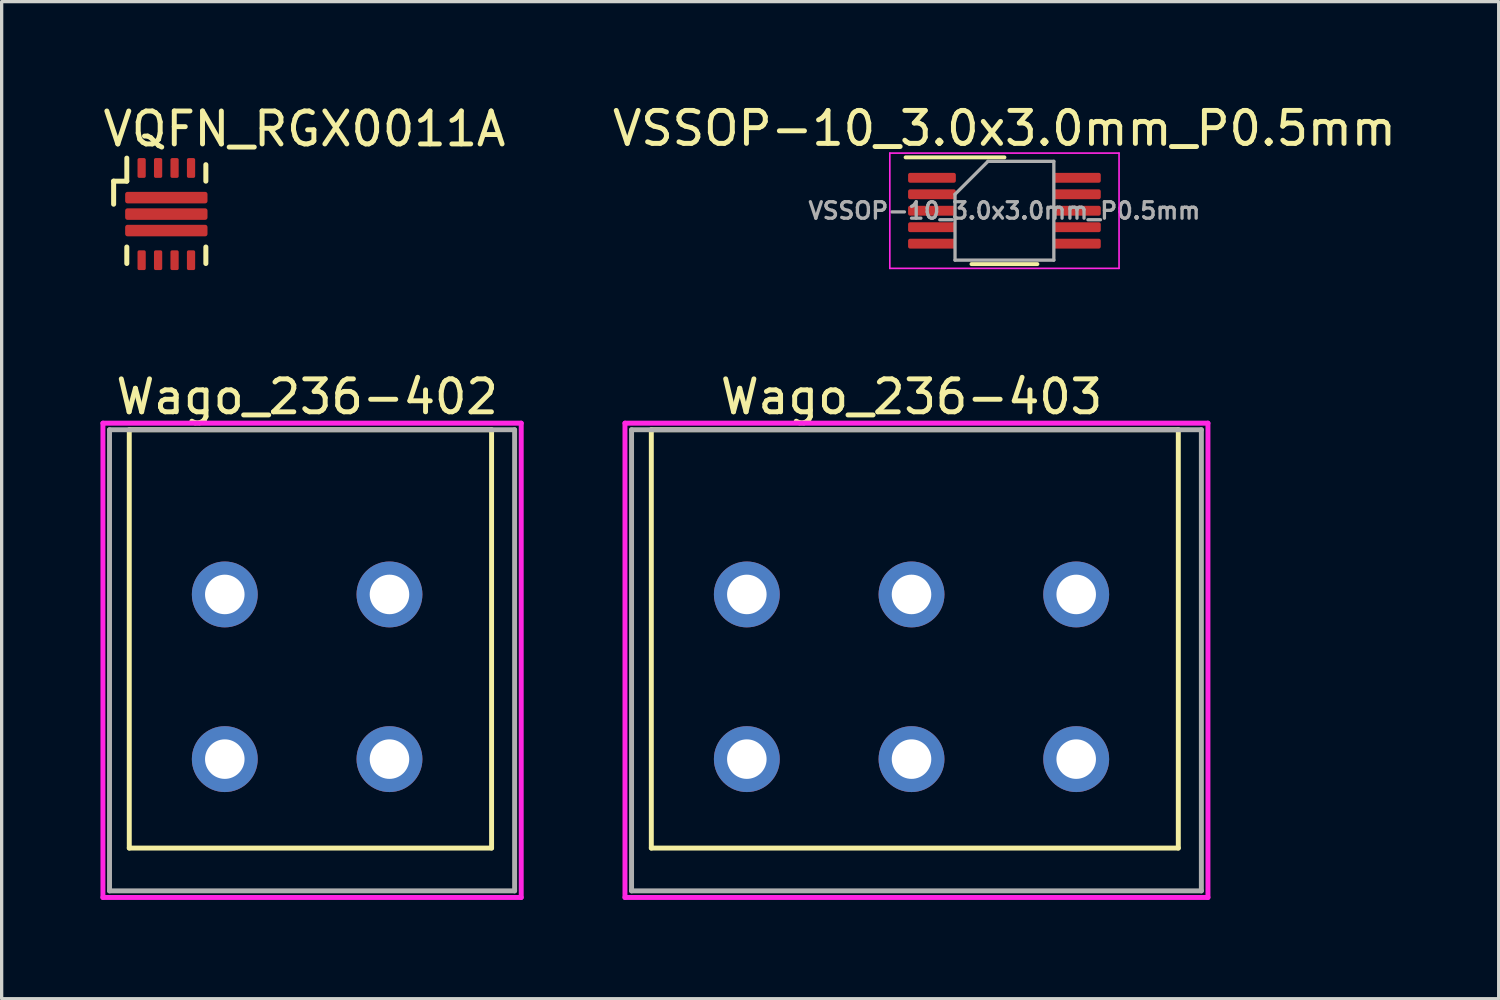
<source format=kicad_pcb>
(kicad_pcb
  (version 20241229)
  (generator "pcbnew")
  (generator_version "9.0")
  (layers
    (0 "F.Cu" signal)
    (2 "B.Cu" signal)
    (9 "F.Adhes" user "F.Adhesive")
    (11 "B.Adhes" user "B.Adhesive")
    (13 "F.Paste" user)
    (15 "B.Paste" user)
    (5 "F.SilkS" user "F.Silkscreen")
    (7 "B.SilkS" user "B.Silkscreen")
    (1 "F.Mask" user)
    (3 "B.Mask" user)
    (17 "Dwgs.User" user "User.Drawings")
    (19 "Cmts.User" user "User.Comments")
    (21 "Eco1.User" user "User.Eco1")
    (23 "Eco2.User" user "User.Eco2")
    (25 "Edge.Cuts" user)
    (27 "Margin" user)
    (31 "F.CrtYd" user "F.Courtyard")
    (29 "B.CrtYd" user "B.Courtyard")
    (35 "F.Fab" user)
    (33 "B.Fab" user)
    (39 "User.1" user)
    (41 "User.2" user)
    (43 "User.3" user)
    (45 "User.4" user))
  (footprint "VQFN_RGX0011A"
    (layer "F.Cu")
    (at 2 3.45)
    (property "Reference" "VQFN_RGX0011A" (at -2 -2 0) (layer "F.SilkS") (effects (font (size 1 1) (thickness 0.15)) (justify left bottom)))
    (attr through_hole)
    (fp_line (start -1.6 -1) (end -1.6 -0.3) (stroke (width 0.152) (type solid)) (layer "F.SilkS"))
    (fp_line (start -1.2 -1) (end -1.6 -1) (stroke (width 0.152) (type solid)) (layer "F.SilkS"))
    (fp_line (start -1.2 -1) (end -1.2 -1.7) (stroke (width 0.15) (type solid)) (layer "F.SilkS"))
    (fp_line (start -1.2 1) (end -1.2 1.5) (stroke (width 0.152) (type solid)) (layer "F.SilkS"))
    (fp_line (start 1.2 -1.5) (end 1.2 -1) (stroke (width 0.152) (type solid)) (layer "F.SilkS"))
    (fp_line (start 1.2 1.5) (end 1.2 1) (stroke (width 0.152) (type solid)) (layer "F.SilkS"))
    (fp_poly (pts (xy -0.53 -0.575) (xy -0.53 -0.425) (xy -0.531 -0.415) (xy -0.534 -0.406) (xy -0.538 -0.397) (xy -0.545 -0.39) (xy -0.552 -0.383) (xy -0.561 -0.379) (xy -0.57 -0.376) (xy -0.58 -0.375) (xy -1.14 -0.375) (xy -1.15 -0.376) (xy -1.159 -0.379) (xy -1.168 -0.383) (xy -1.175 -0.39) (xy -1.182 -0.397) (xy -1.186 -0.406) (xy -1.189 -0.415) (xy -1.19 -0.425) (xy -1.19 -0.575) (xy -1.189 -0.585) (xy -1.186 -0.594) (xy -1.182 -0.603) (xy -1.175 -0.61) (xy -1.168 -0.617) (xy -1.159 -0.621) (xy -1.15 -0.624) (xy -1.14 -0.625) (xy -0.58 -0.625) (xy -0.57 -0.624) (xy -0.561 -0.621) (xy -0.552 -0.617) (xy -0.545 -0.61) (xy -0.538 -0.603) (xy -0.534 -0.594) (xy -0.531 -0.585)) (stroke (width 0) (type solid)) (fill yes) (layer "F.Paste"))
    (fp_poly (pts (xy -0.53 -0.075) (xy -0.53 0.075) (xy -0.531 0.085) (xy -0.534 0.094) (xy -0.538 0.103) (xy -0.545 0.11) (xy -0.552 0.117) (xy -0.561 0.121) (xy -0.57 0.124) (xy -0.58 0.125) (xy -1.14 0.125) (xy -1.15 0.124) (xy -1.159 0.121) (xy -1.168 0.117) (xy -1.175 0.11) (xy -1.182 0.103) (xy -1.186 0.094) (xy -1.189 0.085) (xy -1.19 0.075) (xy -1.19 -0.075) (xy -1.189 -0.085) (xy -1.186 -0.094) (xy -1.182 -0.103) (xy -1.175 -0.11) (xy -1.168 -0.117) (xy -1.159 -0.121) (xy -1.15 -0.124) (xy -1.14 -0.125) (xy -0.58 -0.125) (xy -0.57 -0.124) (xy -0.561 -0.121) (xy -0.552 -0.117) (xy -0.545 -0.11) (xy -0.538 -0.103) (xy -0.534 -0.094) (xy -0.531 -0.085)) (stroke (width 0) (type solid)) (fill yes) (layer "F.Paste"))
    (fp_poly (pts (xy -0.53 0.425) (xy -0.53 0.575) (xy -0.531 0.585) (xy -0.534 0.594) (xy -0.538 0.603) (xy -0.545 0.61) (xy -0.552 0.617) (xy -0.561 0.621) (xy -0.57 0.624) (xy -0.58 0.625) (xy -1.14 0.625) (xy -1.15 0.624) (xy -1.159 0.621) (xy -1.168 0.617) (xy -1.175 0.61) (xy -1.182 0.603) (xy -1.186 0.594) (xy -1.189 0.585) (xy -1.19 0.575) (xy -1.19 0.425) (xy -1.189 0.415) (xy -1.186 0.406) (xy -1.182 0.397) (xy -1.175 0.39) (xy -1.168 0.383) (xy -1.159 0.379) (xy -1.15 0.376) (xy -1.14 0.375) (xy -0.58 0.375) (xy -0.57 0.376) (xy -0.561 0.379) (xy -0.552 0.383) (xy -0.545 0.39) (xy -0.538 0.397) (xy -0.534 0.406) (xy -0.531 0.415)) (stroke (width 0) (type solid)) (fill yes) (layer "F.Paste"))
    (fp_poly (pts (xy 0.33 -0.575) (xy 0.33 -0.425) (xy 0.329 -0.415) (xy 0.326 -0.406) (xy 0.322 -0.397) (xy 0.315 -0.39) (xy 0.308 -0.383) (xy 0.299 -0.379) (xy 0.29 -0.376) (xy 0.28 -0.375) (xy -0.28 -0.375) (xy -0.29 -0.376) (xy -0.299 -0.379) (xy -0.308 -0.383) (xy -0.315 -0.39) (xy -0.322 -0.397) (xy -0.326 -0.406) (xy -0.329 -0.415) (xy -0.33 -0.425) (xy -0.33 -0.575) (xy -0.329 -0.585) (xy -0.326 -0.594) (xy -0.322 -0.603) (xy -0.315 -0.61) (xy -0.308 -0.617) (xy -0.299 -0.621) (xy -0.29 -0.624) (xy -0.28 -0.625) (xy 0.28 -0.625) (xy 0.29 -0.624) (xy 0.299 -0.621) (xy 0.308 -0.617) (xy 0.315 -0.61) (xy 0.322 -0.603) (xy 0.326 -0.594) (xy 0.329 -0.585)) (stroke (width 0) (type solid)) (fill yes) (layer "F.Paste"))
    (fp_poly (pts (xy 0.33 -0.075) (xy 0.33 0.075) (xy 0.329 0.085) (xy 0.326 0.094) (xy 0.322 0.103) (xy 0.315 0.11) (xy 0.308 0.117) (xy 0.299 0.121) (xy 0.29 0.124) (xy 0.28 0.125) (xy -0.28 0.125) (xy -0.29 0.124) (xy -0.299 0.121) (xy -0.308 0.117) (xy -0.315 0.11) (xy -0.322 0.103) (xy -0.326 0.094) (xy -0.329 0.085) (xy -0.33 0.075) (xy -0.33 -0.075) (xy -0.329 -0.085) (xy -0.326 -0.094) (xy -0.322 -0.103) (xy -0.315 -0.11) (xy -0.308 -0.117) (xy -0.299 -0.121) (xy -0.29 -0.124) (xy -0.28 -0.125) (xy 0.28 -0.125) (xy 0.29 -0.124) (xy 0.299 -0.121) (xy 0.308 -0.117) (xy 0.315 -0.11) (xy 0.322 -0.103) (xy 0.326 -0.094) (xy 0.329 -0.085)) (stroke (width 0) (type solid)) (fill yes) (layer "F.Paste"))
    (fp_poly (pts (xy 0.33 0.425) (xy 0.33 0.575) (xy 0.329 0.585) (xy 0.326 0.594) (xy 0.322 0.603) (xy 0.315 0.61) (xy 0.308 0.617) (xy 0.299 0.621) (xy 0.29 0.624) (xy 0.28 0.625) (xy -0.28 0.625) (xy -0.29 0.624) (xy -0.299 0.621) (xy -0.308 0.617) (xy -0.315 0.61) (xy -0.322 0.603) (xy -0.326 0.594) (xy -0.329 0.585) (xy -0.33 0.575) (xy -0.33 0.425) (xy -0.329 0.415) (xy -0.326 0.406) (xy -0.322 0.397) (xy -0.315 0.39) (xy -0.308 0.383) (xy -0.299 0.379) (xy -0.29 0.376) (xy -0.28 0.375) (xy 0.28 0.375) (xy 0.29 0.376) (xy 0.299 0.379) (xy 0.308 0.383) (xy 0.315 0.39) (xy 0.322 0.397) (xy 0.326 0.406) (xy 0.329 0.415)) (stroke (width 0) (type solid)) (fill yes) (layer "F.Paste"))
    (fp_poly (pts (xy 0.53 -0.425) (xy 0.53 -0.575) (xy 0.531 -0.585) (xy 0.534 -0.594) (xy 0.538 -0.603) (xy 0.545 -0.61) (xy 0.552 -0.617) (xy 0.561 -0.621) (xy 0.57 -0.624) (xy 0.58 -0.625) (xy 1.14 -0.625) (xy 1.15 -0.624) (xy 1.159 -0.621) (xy 1.168 -0.617) (xy 1.175 -0.61) (xy 1.182 -0.603) (xy 1.186 -0.594) (xy 1.189 -0.585) (xy 1.19 -0.575) (xy 1.19 -0.425) (xy 1.189 -0.415) (xy 1.186 -0.406) (xy 1.182 -0.397) (xy 1.175 -0.39) (xy 1.168 -0.383) (xy 1.159 -0.379) (xy 1.15 -0.376) (xy 1.14 -0.375) (xy 0.58 -0.375) (xy 0.57 -0.376) (xy 0.561 -0.379) (xy 0.552 -0.383) (xy 0.545 -0.39) (xy 0.538 -0.397) (xy 0.534 -0.406) (xy 0.531 -0.415)) (stroke (width 0) (type solid)) (fill yes) (layer "F.Paste"))
    (fp_poly (pts (xy 0.53 0.075) (xy 0.53 -0.075) (xy 0.531 -0.085) (xy 0.534 -0.094) (xy 0.538 -0.103) (xy 0.545 -0.11) (xy 0.552 -0.117) (xy 0.561 -0.121) (xy 0.57 -0.124) (xy 0.58 -0.125) (xy 1.14 -0.125) (xy 1.15 -0.124) (xy 1.159 -0.121) (xy 1.168 -0.117) (xy 1.175 -0.11) (xy 1.182 -0.103) (xy 1.186 -0.094) (xy 1.189 -0.085) (xy 1.19 -0.075) (xy 1.19 0.075) (xy 1.189 0.085) (xy 1.186 0.094) (xy 1.182 0.103) (xy 1.175 0.11) (xy 1.168 0.117) (xy 1.159 0.121) (xy 1.15 0.124) (xy 1.14 0.125) (xy 0.58 0.125) (xy 0.57 0.124) (xy 0.561 0.121) (xy 0.552 0.117) (xy 0.545 0.11) (xy 0.538 0.103) (xy 0.534 0.094) (xy 0.531 0.085)) (stroke (width 0) (type solid)) (fill yes) (layer "F.Paste"))
    (fp_poly (pts (xy 0.53 0.575) (xy 0.53 0.425) (xy 0.531 0.415) (xy 0.534 0.406) (xy 0.538 0.397) (xy 0.545 0.39) (xy 0.552 0.383) (xy 0.561 0.379) (xy 0.57 0.376) (xy 0.58 0.375) (xy 1.14 0.375) (xy 1.15 0.376) (xy 1.159 0.379) (xy 1.168 0.383) (xy 1.175 0.39) (xy 1.182 0.397) (xy 1.186 0.406) (xy 1.189 0.415) (xy 1.19 0.425) (xy 1.19 0.575) (xy 1.189 0.585) (xy 1.186 0.594) (xy 1.182 0.603) (xy 1.175 0.61) (xy 1.168 0.617) (xy 1.159 0.621) (xy 1.15 0.624) (xy 1.14 0.625) (xy 0.58 0.625) (xy 0.57 0.624) (xy 0.561 0.621) (xy 0.552 0.617) (xy 0.545 0.61) (xy 0.538 0.603) (xy 0.534 0.594) (xy 0.531 0.585)) (stroke (width 0) (type solid)) (fill yes) (layer "F.Paste"))
    (pad "1" smd roundrect (at 0 -0.5 90) (size 0.35 2.5) (layers "F.Cu" "F.Mask") (roundrect_rratio 0.2))
    (pad "2" smd roundrect (at 0 0 90) (size 0.35 2.5) (layers "F.Cu" "F.Mask") (roundrect_rratio 0.2))
    (pad "3" smd roundrect (at 0 0.5 90) (size 0.35 2.5) (layers "F.Cu" "F.Mask") (roundrect_rratio 0.2))
    (pad "4" smd roundrect (at -0.75 1.4 180) (size 0.25 0.6) (layers "F.Cu" "F.Mask" "F.Paste") (roundrect_rratio 0.2))
    (pad "5" smd roundrect (at -0.25 1.4 180) (size 0.25 0.6) (layers "F.Cu" "F.Mask" "F.Paste") (roundrect_rratio 0.2))
    (pad "6" smd roundrect (at 0.25 1.4 180) (size 0.25 0.6) (layers "F.Cu" "F.Mask" "F.Paste") (roundrect_rratio 0.2))
    (pad "7" smd roundrect (at 0.75 1.4 180) (size 0.25 0.6) (layers "F.Cu" "F.Mask" "F.Paste") (roundrect_rratio 0.2))
    (pad "8" smd roundrect (at 0.75 -1.4 180) (size 0.25 0.6) (layers "F.Cu" "F.Mask" "F.Paste") (roundrect_rratio 0.2))
    (pad "9" smd roundrect (at 0.25 -1.4 180) (size 0.25 0.6) (layers "F.Cu" "F.Mask" "F.Paste") (roundrect_rratio 0.2))
    (pad "10" smd roundrect (at -0.25 -1.4 180) (size 0.25 0.6) (layers "F.Cu" "F.Mask" "F.Paste") (roundrect_rratio 0.2))
    (pad "11" smd roundrect (at -0.75 -1.4 180) (size 0.25 0.6) (layers "F.Cu" "F.Mask" "F.Paste") (roundrect_rratio 0.2)))
  (footprint "Wago_236-402"
    (layer "F.Cu")
    (at 6.275 17.498)
    (property "Reference" "Wago_236-402" (at 0 -8.5 0) (layer "F.SilkS") (effects (font (size 1 1) (thickness 0.15))))
    (attr through_hole)
    (fp_line (start -5.4 -7.5) (end 5.6 -7.5) (stroke (width 0.15) (type solid)) (layer "F.SilkS"))
    (fp_line (start -5.4 5.2) (end -5.4 -7.5) (stroke (width 0.15) (type solid)) (layer "F.SilkS"))
    (fp_line (start -5.4 5.2) (end 5.6 5.2) (stroke (width 0.15) (type solid)) (layer "F.SilkS"))
    (fp_line (start 5.6 5.2) (end 5.6 -7.5) (stroke (width 0.15) (type solid)) (layer "F.SilkS"))
    (fp_line (start -6.2 -7.7) (end 6.5 -7.7) (stroke (width 0.15) (type solid)) (layer "F.CrtYd"))
    (fp_line (start -6.2 6.7) (end -6.2 -7.7) (stroke (width 0.15) (type solid)) (layer "F.CrtYd"))
    (fp_line (start 6.5 -7.7) (end 6.5 6.7) (stroke (width 0.15) (type solid)) (layer "F.CrtYd"))
    (fp_line (start 6.5 6.7) (end -6.2 6.7) (stroke (width 0.15) (type solid)) (layer "F.CrtYd"))
    (fp_line (start -6 -7.5) (end 6.3 -7.5) (stroke (width 0.15) (type solid)) (layer "F.Fab"))
    (fp_line (start -6 6.5) (end -6 -7.5) (stroke (width 0.15) (type solid)) (layer "F.Fab"))
    (fp_line (start 6.3 -7.5) (end 6.3 6.5) (stroke (width 0.15) (type solid)) (layer "F.Fab"))
    (fp_line (start 6.3 6.5) (end -6 6.5) (stroke (width 0.15) (type solid)) (layer "F.Fab"))
    (pad "1" thru_hole circle (at -2.5 -2.5) (size 2 2) (drill 1.2) (layers "*.Cu" "*.Mask"))
    (pad "1" thru_hole circle (at -2.5 2.5) (size 2 2) (drill 1.2) (layers "*.Cu" "*.Mask"))
    (pad "2" thru_hole circle (at 2.5 -2.5) (size 2 2) (drill 1.2) (layers "*.Cu" "*.Mask"))
    (pad "2" thru_hole circle (at 2.5 2.5) (size 2 2) (drill 1.2) (layers "*.Cu" "*.Mask")))
  (footprint "VSSOP-10_3.0x3.0mm_P0.5mm"
    (layer "F.Cu")
    (at 27.446 3.348)
    (property "Reference" "VSSOP-10_3.0x3.0mm_P0.5mm" (at 0 -2.5 0) (layer "F.SilkS") (effects (font (size 1 1) (thickness 0.15))))
    (attr smd)
    (fp_line (start 0 -1.62) (end -3 -1.62) (stroke (width 0.12) (type solid)) (layer "F.SilkS"))
    (fp_line (start 1 1.62) (end -1 1.62) (stroke (width 0.12) (type solid)) (layer "F.SilkS"))
    (fp_line (start -3.48 -1.75) (end 3.48 -1.75) (stroke (width 0.05) (type solid)) (layer "F.CrtYd"))
    (fp_line (start -3.48 1.75) (end -3.48 -1.75) (stroke (width 0.05) (type solid)) (layer "F.CrtYd"))
    (fp_line (start 3.48 -1.75) (end 3.48 1.75) (stroke (width 0.05) (type solid)) (layer "F.CrtYd"))
    (fp_line (start 3.48 1.75) (end -3.48 1.75) (stroke (width 0.05) (type solid)) (layer "F.CrtYd"))
    (fp_line (start -1.5 1.5) (end -1.5 -0.5) (stroke (width 0.1) (type solid)) (layer "F.Fab"))
    (fp_line (start -0.5 -1.5) (end -1.5 -0.5) (stroke (width 0.1) (type solid)) (layer "F.Fab"))
    (fp_line (start -0.5 -1.5) (end 1.5 -1.5) (stroke (width 0.1) (type solid)) (layer "F.Fab"))
    (fp_line (start 1.5 -1.5) (end 1.5 1.5) (stroke (width 0.1) (type solid)) (layer "F.Fab"))
    (fp_line (start 1.5 1.5) (end -1.5 1.5) (stroke (width 0.1) (type solid)) (layer "F.Fab"))
    (fp_text user "${REFERENCE}" (at 0 0 0) (layer "F.Fab") (effects (font (size 0.5 0.5) (thickness 0.1))))
    (pad "1" smd roundrect (at -2.2 -1) (size 1.45 0.3) (layers "F.Cu" "F.Mask" "F.Paste") (roundrect_rratio 0.2))
    (pad "2" smd roundrect (at -2.2 -0.5) (size 1.45 0.3) (layers "F.Cu" "F.Mask" "F.Paste") (roundrect_rratio 0.2))
    (pad "3" smd roundrect (at -2.2 0) (size 1.45 0.3) (layers "F.Cu" "F.Mask" "F.Paste") (roundrect_rratio 0.2))
    (pad "4" smd roundrect (at -2.2 0.5) (size 1.45 0.3) (layers "F.Cu" "F.Mask" "F.Paste") (roundrect_rratio 0.2))
    (pad "5" smd roundrect (at -2.2 1) (size 1.45 0.3) (layers "F.Cu" "F.Mask" "F.Paste") (roundrect_rratio 0.2))
    (pad "6" smd roundrect (at 2.2 1) (size 1.45 0.3) (layers "F.Cu" "F.Mask" "F.Paste") (roundrect_rratio 0.2))
    (pad "7" smd roundrect (at 2.2 0.5) (size 1.45 0.3) (layers "F.Cu" "F.Mask" "F.Paste") (roundrect_rratio 0.2))
    (pad "8" smd roundrect (at 2.2 0) (size 1.45 0.3) (layers "F.Cu" "F.Mask" "F.Paste") (roundrect_rratio 0.2))
    (pad "9" smd roundrect (at 2.2 -0.5) (size 1.45 0.3) (layers "F.Cu" "F.Mask" "F.Paste") (roundrect_rratio 0.2))
    (pad "10" smd roundrect (at 2.2 -1) (size 1.45 0.3) (layers "F.Cu" "F.Mask" "F.Paste") (roundrect_rratio 0.2)))
  (footprint "Wago_236-403"
    (layer "F.Cu")
    (at 24.625 17.498)
    (property "Reference" "Wago_236-403" (at 0 -8.5 0) (layer "F.SilkS") (effects (font (size 1 1) (thickness 0.15))))
    (attr through_hole)
    (fp_line (start -7.9 -7.5) (end 8.1 -7.5) (stroke (width 0.15) (type solid)) (layer "F.SilkS"))
    (fp_line (start -7.9 5.2) (end -7.9 -7.5) (stroke (width 0.15) (type solid)) (layer "F.SilkS"))
    (fp_line (start -7.9 5.2) (end 8.1 5.2) (stroke (width 0.15) (type solid)) (layer "F.SilkS"))
    (fp_line (start 8.1 5.2) (end 8.1 -7.5) (stroke (width 0.15) (type solid)) (layer "F.SilkS"))
    (fp_line (start -8.7 -7.7) (end 9 -7.7) (stroke (width 0.15) (type solid)) (layer "F.CrtYd"))
    (fp_line (start -8.7 6.7) (end -8.7 -7.7) (stroke (width 0.15) (type solid)) (layer "F.CrtYd"))
    (fp_line (start 9 -7.7) (end 9 6.7) (stroke (width 0.15) (type solid)) (layer "F.CrtYd"))
    (fp_line (start 9 6.7) (end -8.7 6.7) (stroke (width 0.15) (type solid)) (layer "F.CrtYd"))
    (fp_line (start -8.5 -7.5) (end 8.8 -7.5) (stroke (width 0.15) (type solid)) (layer "F.Fab"))
    (fp_line (start -8.5 6.5) (end -8.5 -7.5) (stroke (width 0.15) (type solid)) (layer "F.Fab"))
    (fp_line (start 8.8 -7.5) (end 8.8 6.5) (stroke (width 0.15) (type solid)) (layer "F.Fab"))
    (fp_line (start 8.8 6.5) (end -8.5 6.5) (stroke (width 0.15) (type solid)) (layer "F.Fab"))
    (pad "1" thru_hole circle (at -5 -2.5) (size 2 2) (drill 1.2) (layers "*.Cu" "*.Mask"))
    (pad "1" thru_hole circle (at -5 2.5) (size 2 2) (drill 1.2) (layers "*.Cu" "*.Mask"))
    (pad "2" thru_hole circle (at 0 -2.5) (size 2 2) (drill 1.2) (layers "*.Cu" "*.Mask"))
    (pad "2" thru_hole circle (at 0 2.5) (size 2 2) (drill 1.2) (layers "*.Cu" "*.Mask"))
    (pad "3" thru_hole circle (at 5 -2.5) (size 2 2) (drill 1.2) (layers "*.Cu" "*.Mask"))
    (pad "3" thru_hole circle (at 5 2.5) (size 2 2) (drill 1.2) (layers "*.Cu" "*.Mask")))
  (gr_rect
    (start -3 -3)
    (end 42.452 27.273)
    (stroke (width 0.1) (type default))
    (fill no)
    (layer "Edge.Cuts")))
</source>
